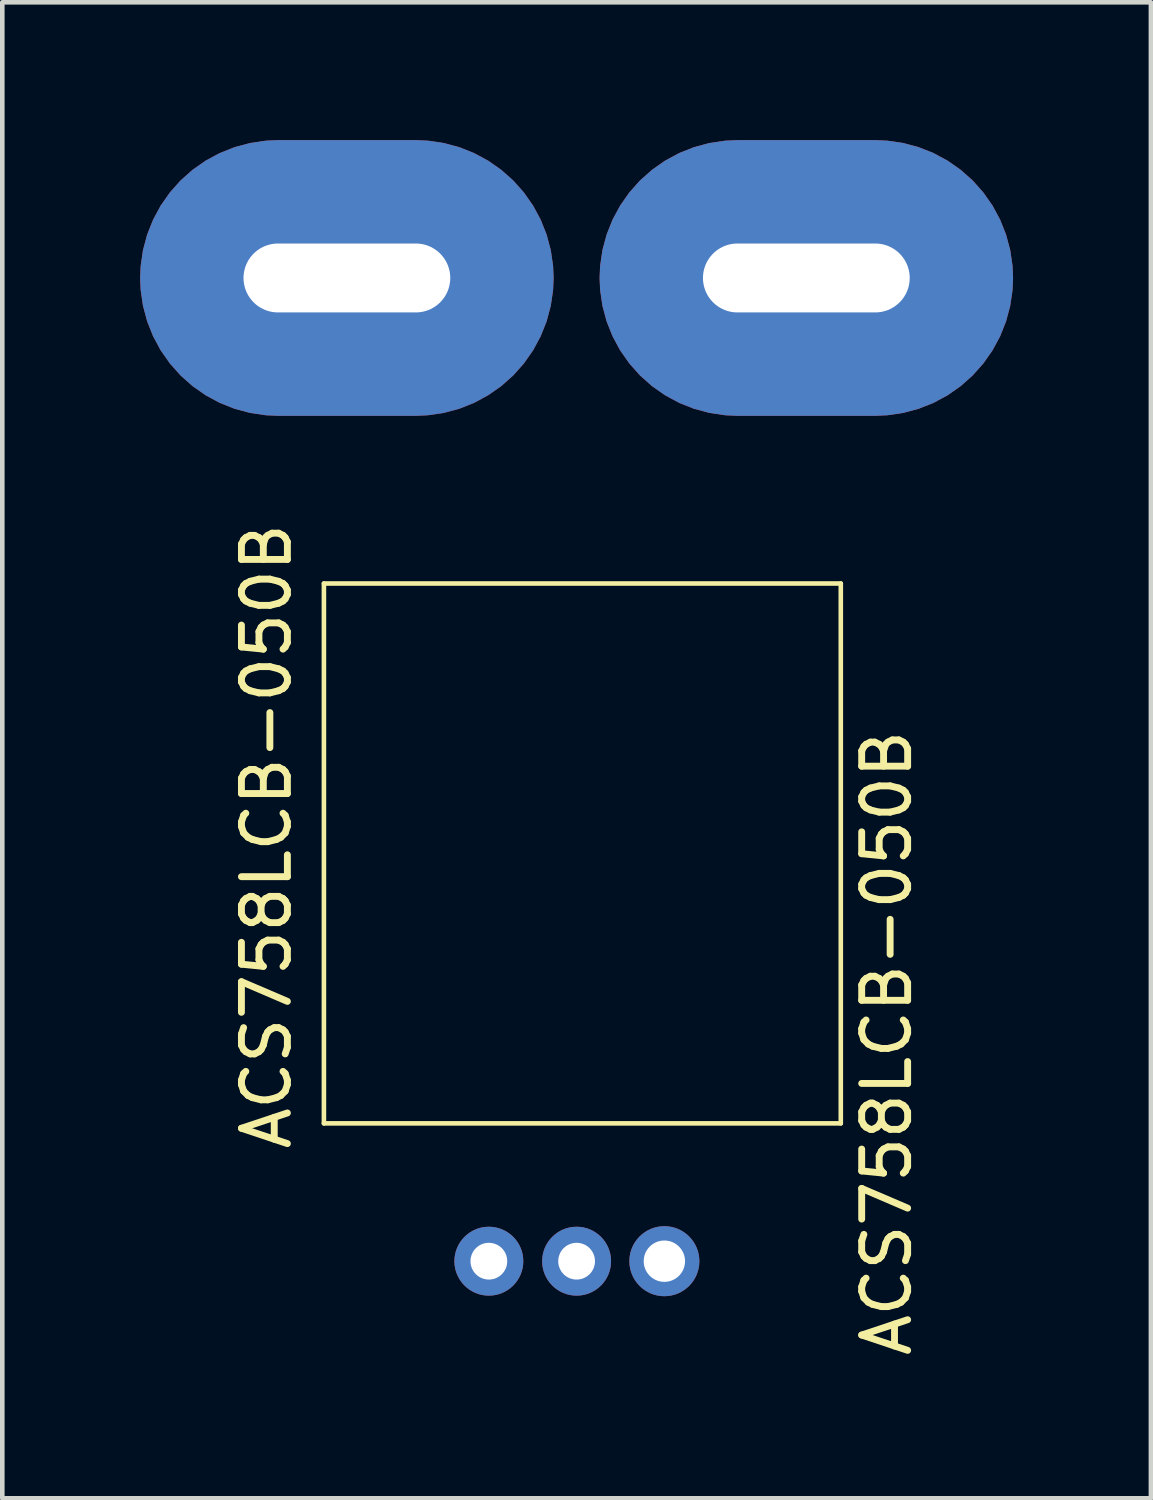
<source format=kicad_pcb>
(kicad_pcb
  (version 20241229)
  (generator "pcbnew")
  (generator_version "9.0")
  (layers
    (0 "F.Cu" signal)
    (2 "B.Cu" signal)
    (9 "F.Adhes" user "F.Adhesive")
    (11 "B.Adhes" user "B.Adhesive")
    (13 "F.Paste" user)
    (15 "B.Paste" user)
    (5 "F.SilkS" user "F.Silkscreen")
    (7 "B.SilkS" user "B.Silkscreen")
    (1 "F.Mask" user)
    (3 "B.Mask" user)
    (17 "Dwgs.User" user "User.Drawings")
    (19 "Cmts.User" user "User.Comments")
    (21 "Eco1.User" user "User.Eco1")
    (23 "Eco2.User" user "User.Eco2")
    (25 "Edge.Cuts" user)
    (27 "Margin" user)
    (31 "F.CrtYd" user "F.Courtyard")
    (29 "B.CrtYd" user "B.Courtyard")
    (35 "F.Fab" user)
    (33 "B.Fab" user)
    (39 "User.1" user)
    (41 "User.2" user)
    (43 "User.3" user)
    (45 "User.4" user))
  (footprint "ACS758LCB-050B"
    (layer "F.Cu")
    (at 9.5 24.4)
    (property "Reference" "ACS758LCB-050B" (at 6.75 -4.75 90) (layer "F.SilkS") (effects (font (size 1 1) (thickness 0.15))))
    (attr through_hole)
    (fp_line (start -5.5 -14.75) (end 5.75 -14.75) (stroke (width 0.1) (type solid)) (layer "F.SilkS"))
    (fp_line (start -5.5 -3) (end -5.5 -14.75) (stroke (width 0.1) (type solid)) (layer "F.SilkS"))
    (fp_line (start 5.75 -14.75) (end 5.75 -3) (stroke (width 0.1) (type solid)) (layer "F.SilkS"))
    (fp_line (start 5.75 -3) (end -5.5 -3) (stroke (width 0.1) (type solid)) (layer "F.SilkS"))
    (fp_text user "ACS758LCB-050B" (at -6.75 -9.25 90) (layer "F.SilkS") (effects (font (size 1 1) (thickness 0.15))))
    (pad "1" thru_hole circle (at -1.91 0) (size 1.5 1.5) (drill 0.8) (layers "*.Cu" "*.Mask"))
    (pad "2" thru_hole circle (at 0 0) (size 1.5 1.5) (drill 0.8) (layers "*.Cu" "*.Mask"))
    (pad "3" thru_hole circle (at 1.91 0) (size 1.524 1.524) (drill 0.9) (layers "*.Cu" "*.Mask"))
    (pad "4" thru_hole roundrect (at 5 -21.4 90) (size 6 9) (drill oval 1.5 4.5) (layers "*.Cu" "*.Mask") (roundrect_rratio 0.5))
    (pad "5" thru_hole roundrect (at -5 -21.4 90) (size 6 9) (drill oval 1.5 4.5) (layers "*.Cu" "*.Mask") (roundrect_rratio 0.5)))
  (gr_rect
    (start -3 -3)
    (end 22 29.561)
    (stroke (width 0.1) (type default))
    (fill no)
    (layer "Edge.Cuts")))
</source>
